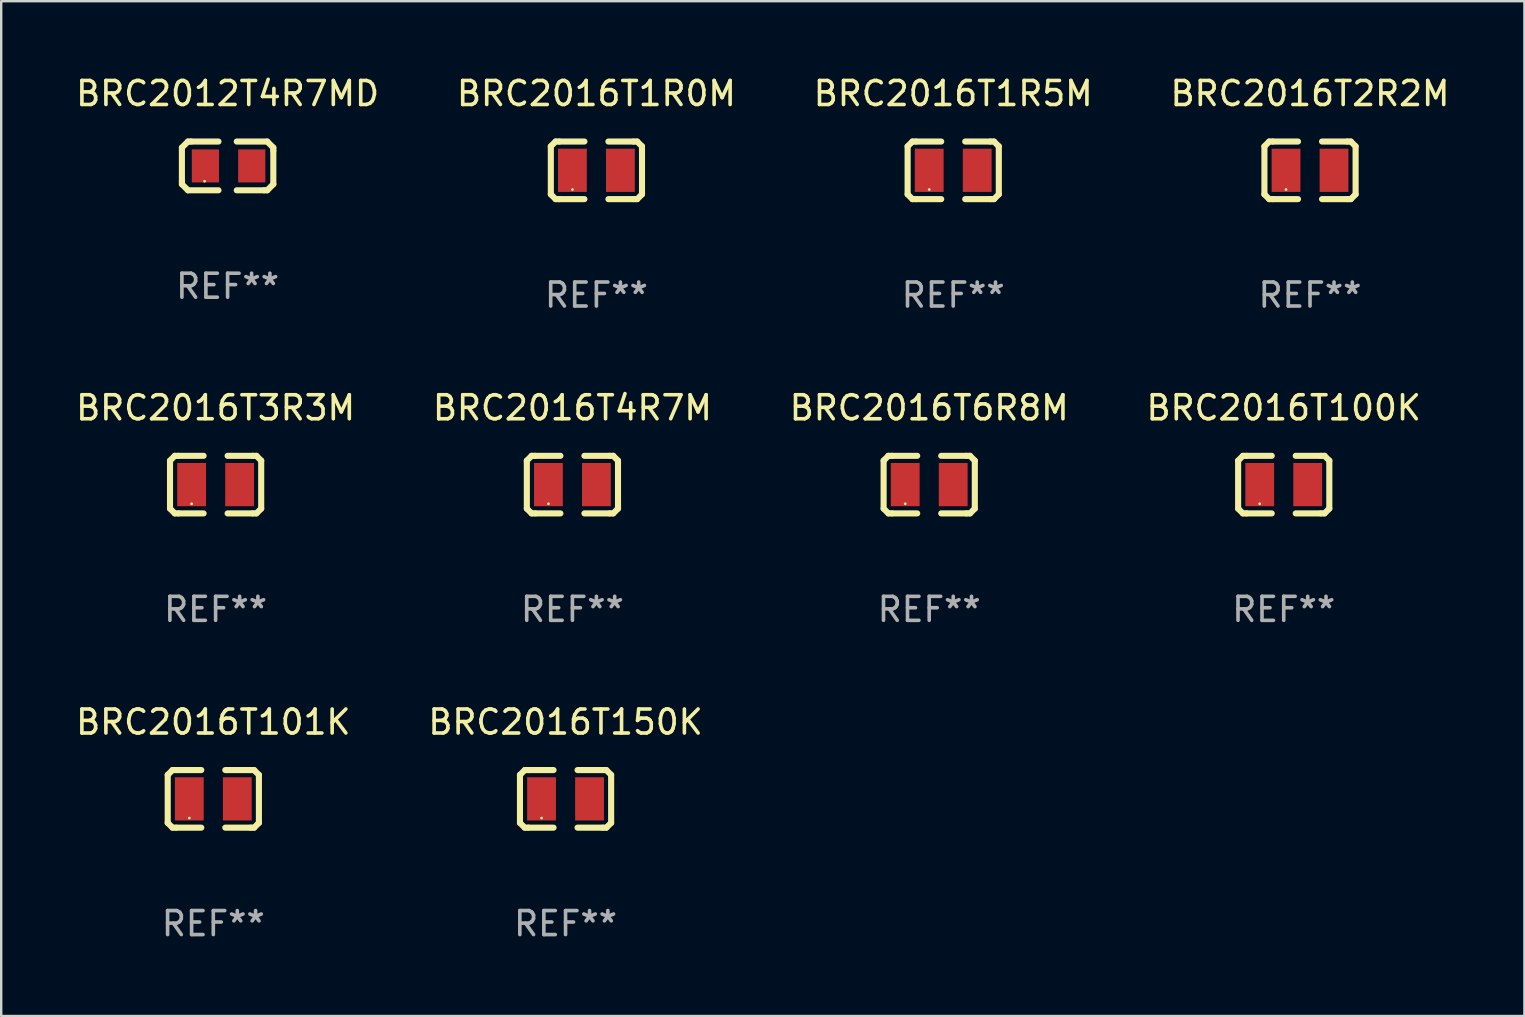
<source format=kicad_pcb>
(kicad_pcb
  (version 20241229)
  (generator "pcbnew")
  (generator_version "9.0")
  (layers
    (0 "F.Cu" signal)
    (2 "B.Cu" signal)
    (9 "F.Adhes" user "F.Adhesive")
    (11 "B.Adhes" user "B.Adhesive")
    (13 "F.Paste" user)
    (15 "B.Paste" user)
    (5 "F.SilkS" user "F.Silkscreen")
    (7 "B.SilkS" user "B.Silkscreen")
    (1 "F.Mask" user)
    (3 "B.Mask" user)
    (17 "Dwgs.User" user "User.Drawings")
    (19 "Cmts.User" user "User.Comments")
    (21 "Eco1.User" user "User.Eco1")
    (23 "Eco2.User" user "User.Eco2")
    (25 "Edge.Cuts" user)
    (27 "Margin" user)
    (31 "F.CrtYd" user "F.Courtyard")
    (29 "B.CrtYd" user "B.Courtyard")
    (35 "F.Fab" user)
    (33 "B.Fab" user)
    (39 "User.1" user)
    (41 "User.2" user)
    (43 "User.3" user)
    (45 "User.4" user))
  (footprint "BRC2016T150K"
    (layer "F.Cu")
    (at 20.518 30.241)
    (property "Reference" "BRC2016T150K" (at 0 -3.2 0) (layer "F.SilkS") (effects (font (size 1 1) (thickness 0.15))))
    (attr through_hole)
    (fp_line (start -1.9 -1) (end -1.9 1) (stroke (width 0.254) (type solid)) (layer "F.SilkS"))
    (fp_line (start -1.7 -1.2) (end -1.9 -1) (stroke (width 0.254) (type solid)) (layer "F.SilkS"))
    (fp_line (start -1.7 1.2) (end -1.9 1) (stroke (width 0.254) (type solid)) (layer "F.SilkS"))
    (fp_line (start -1.55 -1.2) (end -1.7 -1.2) (stroke (width 0.254) (type solid)) (layer "F.SilkS"))
    (fp_line (start -1.55 1.2) (end -1.7 1.2) (stroke (width 0.254) (type solid)) (layer "F.SilkS"))
    (fp_line (start -0.5 -1.2) (end -1.55 -1.2) (stroke (width 0.254) (type solid)) (layer "F.SilkS"))
    (fp_line (start -0.5 1.2) (end -1.55 1.2) (stroke (width 0.254) (type solid)) (layer "F.SilkS"))
    (fp_line (start 0.5 -1.2) (end 1.55 -1.2) (stroke (width 0.254) (type solid)) (layer "F.SilkS"))
    (fp_line (start 0.5 1.2) (end 1.55 1.2) (stroke (width 0.254) (type solid)) (layer "F.SilkS"))
    (fp_line (start 1.55 -1.2) (end 1.7 -1.2) (stroke (width 0.254) (type solid)) (layer "F.SilkS"))
    (fp_line (start 1.55 1.2) (end 1.7 1.2) (stroke (width 0.254) (type solid)) (layer "F.SilkS"))
    (fp_line (start 1.7 -1.2) (end 1.9 -1) (stroke (width 0.254) (type solid)) (layer "F.SilkS"))
    (fp_line (start 1.7 1.2) (end 1.9 1) (stroke (width 0.254) (type solid)) (layer "F.SilkS"))
    (fp_line (start 1.9 -1) (end 1.9 1) (stroke (width 0.254) (type solid)) (layer "F.SilkS"))
    (fp_circle (center -1 0.8) (end -0.97 0.8) (stroke (width 0.06) (type solid)) (fill no) (layer "F.SilkS"))
    (fp_text user "REF**" (at 0 5.2 0) (layer "F.Fab") (effects (font (size 1 1) (thickness 0.15))))
    (pad "1" smd rect (at -1 0) (size 1.2 1.8) (layers "F.Cu" "F.Mask" "F.Paste"))
    (pad "2" smd rect (at 1 0) (size 1.2 1.8) (layers "F.Cu" "F.Mask" "F.Paste")))
  (footprint "BRC2016T6R8M"
    (layer "F.Cu")
    (at 35.673 17.145)
    (property "Reference" "BRC2016T6R8M" (at 0 -3.2 0) (layer "F.SilkS") (effects (font (size 1 1) (thickness 0.15))))
    (attr through_hole)
    (fp_line (start -1.9 -1) (end -1.9 1) (stroke (width 0.254) (type solid)) (layer "F.SilkS"))
    (fp_line (start -1.7 -1.2) (end -1.9 -1) (stroke (width 0.254) (type solid)) (layer "F.SilkS"))
    (fp_line (start -1.7 1.2) (end -1.9 1) (stroke (width 0.254) (type solid)) (layer "F.SilkS"))
    (fp_line (start -1.55 -1.2) (end -1.7 -1.2) (stroke (width 0.254) (type solid)) (layer "F.SilkS"))
    (fp_line (start -1.55 1.2) (end -1.7 1.2) (stroke (width 0.254) (type solid)) (layer "F.SilkS"))
    (fp_line (start -0.5 -1.2) (end -1.55 -1.2) (stroke (width 0.254) (type solid)) (layer "F.SilkS"))
    (fp_line (start -0.5 1.2) (end -1.55 1.2) (stroke (width 0.254) (type solid)) (layer "F.SilkS"))
    (fp_line (start 0.5 -1.2) (end 1.55 -1.2) (stroke (width 0.254) (type solid)) (layer "F.SilkS"))
    (fp_line (start 0.5 1.2) (end 1.55 1.2) (stroke (width 0.254) (type solid)) (layer "F.SilkS"))
    (fp_line (start 1.55 -1.2) (end 1.7 -1.2) (stroke (width 0.254) (type solid)) (layer "F.SilkS"))
    (fp_line (start 1.55 1.2) (end 1.7 1.2) (stroke (width 0.254) (type solid)) (layer "F.SilkS"))
    (fp_line (start 1.7 -1.2) (end 1.9 -1) (stroke (width 0.254) (type solid)) (layer "F.SilkS"))
    (fp_line (start 1.7 1.2) (end 1.9 1) (stroke (width 0.254) (type solid)) (layer "F.SilkS"))
    (fp_line (start 1.9 -1) (end 1.9 1) (stroke (width 0.254) (type solid)) (layer "F.SilkS"))
    (fp_circle (center -1 0.8) (end -0.97 0.8) (stroke (width 0.06) (type solid)) (fill no) (layer "F.SilkS"))
    (fp_text user "REF**" (at 0 5.2 0) (layer "F.Fab") (effects (font (size 1 1) (thickness 0.15))))
    (pad "1" smd rect (at -1 0) (size 1.2 1.8) (layers "F.Cu" "F.Mask" "F.Paste"))
    (pad "2" smd rect (at 1 0) (size 1.2 1.8) (layers "F.Cu" "F.Mask" "F.Paste")))
  (footprint "BRC2016T1R5M"
    (layer "F.Cu")
    (at 36.673 4.048)
    (property "Reference" "BRC2016T1R5M" (at 0 -3.2 0) (layer "F.SilkS") (effects (font (size 1 1) (thickness 0.15))))
    (attr through_hole)
    (fp_line (start -1.9 -1) (end -1.9 1) (stroke (width 0.254) (type solid)) (layer "F.SilkS"))
    (fp_line (start -1.7 -1.2) (end -1.9 -1) (stroke (width 0.254) (type solid)) (layer "F.SilkS"))
    (fp_line (start -1.7 1.2) (end -1.9 1) (stroke (width 0.254) (type solid)) (layer "F.SilkS"))
    (fp_line (start -1.55 -1.2) (end -1.7 -1.2) (stroke (width 0.254) (type solid)) (layer "F.SilkS"))
    (fp_line (start -1.55 1.2) (end -1.7 1.2) (stroke (width 0.254) (type solid)) (layer "F.SilkS"))
    (fp_line (start -0.5 -1.2) (end -1.55 -1.2) (stroke (width 0.254) (type solid)) (layer "F.SilkS"))
    (fp_line (start -0.5 1.2) (end -1.55 1.2) (stroke (width 0.254) (type solid)) (layer "F.SilkS"))
    (fp_line (start 0.5 -1.2) (end 1.55 -1.2) (stroke (width 0.254) (type solid)) (layer "F.SilkS"))
    (fp_line (start 0.5 1.2) (end 1.55 1.2) (stroke (width 0.254) (type solid)) (layer "F.SilkS"))
    (fp_line (start 1.55 -1.2) (end 1.7 -1.2) (stroke (width 0.254) (type solid)) (layer "F.SilkS"))
    (fp_line (start 1.55 1.2) (end 1.7 1.2) (stroke (width 0.254) (type solid)) (layer "F.SilkS"))
    (fp_line (start 1.7 -1.2) (end 1.9 -1) (stroke (width 0.254) (type solid)) (layer "F.SilkS"))
    (fp_line (start 1.7 1.2) (end 1.9 1) (stroke (width 0.254) (type solid)) (layer "F.SilkS"))
    (fp_line (start 1.9 -1) (end 1.9 1) (stroke (width 0.254) (type solid)) (layer "F.SilkS"))
    (fp_circle (center -1 0.8) (end -0.97 0.8) (stroke (width 0.06) (type solid)) (fill no) (layer "F.SilkS"))
    (fp_text user "REF**" (at 0 5.2 0) (layer "F.Fab") (effects (font (size 1 1) (thickness 0.15))))
    (pad "1" smd rect (at -1 0) (size 1.2 1.8) (layers "F.Cu" "F.Mask" "F.Paste"))
    (pad "2" smd rect (at 1 0) (size 1.2 1.8) (layers "F.Cu" "F.Mask" "F.Paste")))
  (footprint "BRC2016T3R3M"
    (layer "F.Cu")
    (at 5.935 17.145)
    (property "Reference" "BRC2016T3R3M" (at 0 -3.2 0) (layer "F.SilkS") (effects (font (size 1 1) (thickness 0.15))))
    (attr through_hole)
    (fp_line (start -1.9 -1) (end -1.9 1) (stroke (width 0.254) (type solid)) (layer "F.SilkS"))
    (fp_line (start -1.7 -1.2) (end -1.9 -1) (stroke (width 0.254) (type solid)) (layer "F.SilkS"))
    (fp_line (start -1.7 1.2) (end -1.9 1) (stroke (width 0.254) (type solid)) (layer "F.SilkS"))
    (fp_line (start -1.55 -1.2) (end -1.7 -1.2) (stroke (width 0.254) (type solid)) (layer "F.SilkS"))
    (fp_line (start -1.55 1.2) (end -1.7 1.2) (stroke (width 0.254) (type solid)) (layer "F.SilkS"))
    (fp_line (start -0.5 -1.2) (end -1.55 -1.2) (stroke (width 0.254) (type solid)) (layer "F.SilkS"))
    (fp_line (start -0.5 1.2) (end -1.55 1.2) (stroke (width 0.254) (type solid)) (layer "F.SilkS"))
    (fp_line (start 0.5 -1.2) (end 1.55 -1.2) (stroke (width 0.254) (type solid)) (layer "F.SilkS"))
    (fp_line (start 0.5 1.2) (end 1.55 1.2) (stroke (width 0.254) (type solid)) (layer "F.SilkS"))
    (fp_line (start 1.55 -1.2) (end 1.7 -1.2) (stroke (width 0.254) (type solid)) (layer "F.SilkS"))
    (fp_line (start 1.55 1.2) (end 1.7 1.2) (stroke (width 0.254) (type solid)) (layer "F.SilkS"))
    (fp_line (start 1.7 -1.2) (end 1.9 -1) (stroke (width 0.254) (type solid)) (layer "F.SilkS"))
    (fp_line (start 1.7 1.2) (end 1.9 1) (stroke (width 0.254) (type solid)) (layer "F.SilkS"))
    (fp_line (start 1.9 -1) (end 1.9 1) (stroke (width 0.254) (type solid)) (layer "F.SilkS"))
    (fp_circle (center -1 0.8) (end -0.97 0.8) (stroke (width 0.06) (type solid)) (fill no) (layer "F.SilkS"))
    (fp_text user "REF**" (at 0 5.2 0) (layer "F.Fab") (effects (font (size 1 1) (thickness 0.15))))
    (pad "1" smd rect (at -1 0) (size 1.2 1.8) (layers "F.Cu" "F.Mask" "F.Paste"))
    (pad "2" smd rect (at 1 0) (size 1.2 1.8) (layers "F.Cu" "F.Mask" "F.Paste")))
  (footprint "BRC2016T4R7M"
    (layer "F.Cu")
    (at 20.804 17.145)
    (property "Reference" "BRC2016T4R7M" (at 0 -3.2 0) (layer "F.SilkS") (effects (font (size 1 1) (thickness 0.15))))
    (attr through_hole)
    (fp_line (start -1.9 -1) (end -1.9 1) (stroke (width 0.254) (type solid)) (layer "F.SilkS"))
    (fp_line (start -1.7 -1.2) (end -1.9 -1) (stroke (width 0.254) (type solid)) (layer "F.SilkS"))
    (fp_line (start -1.7 1.2) (end -1.9 1) (stroke (width 0.254) (type solid)) (layer "F.SilkS"))
    (fp_line (start -1.55 -1.2) (end -1.7 -1.2) (stroke (width 0.254) (type solid)) (layer "F.SilkS"))
    (fp_line (start -1.55 1.2) (end -1.7 1.2) (stroke (width 0.254) (type solid)) (layer "F.SilkS"))
    (fp_line (start -0.5 -1.2) (end -1.55 -1.2) (stroke (width 0.254) (type solid)) (layer "F.SilkS"))
    (fp_line (start -0.5 1.2) (end -1.55 1.2) (stroke (width 0.254) (type solid)) (layer "F.SilkS"))
    (fp_line (start 0.5 -1.2) (end 1.55 -1.2) (stroke (width 0.254) (type solid)) (layer "F.SilkS"))
    (fp_line (start 0.5 1.2) (end 1.55 1.2) (stroke (width 0.254) (type solid)) (layer "F.SilkS"))
    (fp_line (start 1.55 -1.2) (end 1.7 -1.2) (stroke (width 0.254) (type solid)) (layer "F.SilkS"))
    (fp_line (start 1.55 1.2) (end 1.7 1.2) (stroke (width 0.254) (type solid)) (layer "F.SilkS"))
    (fp_line (start 1.7 -1.2) (end 1.9 -1) (stroke (width 0.254) (type solid)) (layer "F.SilkS"))
    (fp_line (start 1.7 1.2) (end 1.9 1) (stroke (width 0.254) (type solid)) (layer "F.SilkS"))
    (fp_line (start 1.9 -1) (end 1.9 1) (stroke (width 0.254) (type solid)) (layer "F.SilkS"))
    (fp_circle (center -1 0.8) (end -0.97 0.8) (stroke (width 0.06) (type solid)) (fill no) (layer "F.SilkS"))
    (fp_text user "REF**" (at 0 5.2 0) (layer "F.Fab") (effects (font (size 1 1) (thickness 0.15))))
    (pad "1" smd rect (at -1 0) (size 1.2 1.8) (layers "F.Cu" "F.Mask" "F.Paste"))
    (pad "2" smd rect (at 1 0) (size 1.2 1.8) (layers "F.Cu" "F.Mask" "F.Paste")))
  (footprint "BRC2016T100K"
    (layer "F.Cu")
    (at 50.446 17.145)
    (property "Reference" "BRC2016T100K" (at 0 -3.2 0) (layer "F.SilkS") (effects (font (size 1 1) (thickness 0.15))))
    (attr through_hole)
    (fp_line (start -1.9 -1) (end -1.9 1) (stroke (width 0.254) (type solid)) (layer "F.SilkS"))
    (fp_line (start -1.7 -1.2) (end -1.9 -1) (stroke (width 0.254) (type solid)) (layer "F.SilkS"))
    (fp_line (start -1.7 1.2) (end -1.9 1) (stroke (width 0.254) (type solid)) (layer "F.SilkS"))
    (fp_line (start -1.55 -1.2) (end -1.7 -1.2) (stroke (width 0.254) (type solid)) (layer "F.SilkS"))
    (fp_line (start -1.55 1.2) (end -1.7 1.2) (stroke (width 0.254) (type solid)) (layer "F.SilkS"))
    (fp_line (start -0.5 -1.2) (end -1.55 -1.2) (stroke (width 0.254) (type solid)) (layer "F.SilkS"))
    (fp_line (start -0.5 1.2) (end -1.55 1.2) (stroke (width 0.254) (type solid)) (layer "F.SilkS"))
    (fp_line (start 0.5 -1.2) (end 1.55 -1.2) (stroke (width 0.254) (type solid)) (layer "F.SilkS"))
    (fp_line (start 0.5 1.2) (end 1.55 1.2) (stroke (width 0.254) (type solid)) (layer "F.SilkS"))
    (fp_line (start 1.55 -1.2) (end 1.7 -1.2) (stroke (width 0.254) (type solid)) (layer "F.SilkS"))
    (fp_line (start 1.55 1.2) (end 1.7 1.2) (stroke (width 0.254) (type solid)) (layer "F.SilkS"))
    (fp_line (start 1.7 -1.2) (end 1.9 -1) (stroke (width 0.254) (type solid)) (layer "F.SilkS"))
    (fp_line (start 1.7 1.2) (end 1.9 1) (stroke (width 0.254) (type solid)) (layer "F.SilkS"))
    (fp_line (start 1.9 -1) (end 1.9 1) (stroke (width 0.254) (type solid)) (layer "F.SilkS"))
    (fp_circle (center -1 0.8) (end -0.97 0.8) (stroke (width 0.06) (type solid)) (fill no) (layer "F.SilkS"))
    (fp_text user "REF**" (at 0 5.2 0) (layer "F.Fab") (effects (font (size 1 1) (thickness 0.15))))
    (pad "1" smd rect (at -1 0) (size 1.2 1.8) (layers "F.Cu" "F.Mask" "F.Paste"))
    (pad "2" smd rect (at 1 0) (size 1.2 1.8) (layers "F.Cu" "F.Mask" "F.Paste")))
  (footprint "BRC2016T2R2M"
    (layer "F.Cu")
    (at 51.542 4.048)
    (property "Reference" "BRC2016T2R2M" (at 0 -3.2 0) (layer "F.SilkS") (effects (font (size 1 1) (thickness 0.15))))
    (attr through_hole)
    (fp_line (start -1.9 -1) (end -1.9 1) (stroke (width 0.254) (type solid)) (layer "F.SilkS"))
    (fp_line (start -1.7 -1.2) (end -1.9 -1) (stroke (width 0.254) (type solid)) (layer "F.SilkS"))
    (fp_line (start -1.7 1.2) (end -1.9 1) (stroke (width 0.254) (type solid)) (layer "F.SilkS"))
    (fp_line (start -1.55 -1.2) (end -1.7 -1.2) (stroke (width 0.254) (type solid)) (layer "F.SilkS"))
    (fp_line (start -1.55 1.2) (end -1.7 1.2) (stroke (width 0.254) (type solid)) (layer "F.SilkS"))
    (fp_line (start -0.5 -1.2) (end -1.55 -1.2) (stroke (width 0.254) (type solid)) (layer "F.SilkS"))
    (fp_line (start -0.5 1.2) (end -1.55 1.2) (stroke (width 0.254) (type solid)) (layer "F.SilkS"))
    (fp_line (start 0.5 -1.2) (end 1.55 -1.2) (stroke (width 0.254) (type solid)) (layer "F.SilkS"))
    (fp_line (start 0.5 1.2) (end 1.55 1.2) (stroke (width 0.254) (type solid)) (layer "F.SilkS"))
    (fp_line (start 1.55 -1.2) (end 1.7 -1.2) (stroke (width 0.254) (type solid)) (layer "F.SilkS"))
    (fp_line (start 1.55 1.2) (end 1.7 1.2) (stroke (width 0.254) (type solid)) (layer "F.SilkS"))
    (fp_line (start 1.7 -1.2) (end 1.9 -1) (stroke (width 0.254) (type solid)) (layer "F.SilkS"))
    (fp_line (start 1.7 1.2) (end 1.9 1) (stroke (width 0.254) (type solid)) (layer "F.SilkS"))
    (fp_line (start 1.9 -1) (end 1.9 1) (stroke (width 0.254) (type solid)) (layer "F.SilkS"))
    (fp_circle (center -1 0.8) (end -0.97 0.8) (stroke (width 0.06) (type solid)) (fill no) (layer "F.SilkS"))
    (fp_text user "REF**" (at 0 5.2 0) (layer "F.Fab") (effects (font (size 1 1) (thickness 0.15))))
    (pad "1" smd rect (at -1 0) (size 1.2 1.8) (layers "F.Cu" "F.Mask" "F.Paste"))
    (pad "2" smd rect (at 1 0) (size 1.2 1.8) (layers "F.Cu" "F.Mask" "F.Paste")))
  (footprint "BRC2016T1R0M"
    (layer "F.Cu")
    (at 21.804 4.048)
    (property "Reference" "BRC2016T1R0M" (at 0 -3.2 0) (layer "F.SilkS") (effects (font (size 1 1) (thickness 0.15))))
    (attr through_hole)
    (fp_line (start -1.9 -1) (end -1.9 1) (stroke (width 0.254) (type solid)) (layer "F.SilkS"))
    (fp_line (start -1.7 -1.2) (end -1.9 -1) (stroke (width 0.254) (type solid)) (layer "F.SilkS"))
    (fp_line (start -1.7 1.2) (end -1.9 1) (stroke (width 0.254) (type solid)) (layer "F.SilkS"))
    (fp_line (start -1.55 -1.2) (end -1.7 -1.2) (stroke (width 0.254) (type solid)) (layer "F.SilkS"))
    (fp_line (start -1.55 1.2) (end -1.7 1.2) (stroke (width 0.254) (type solid)) (layer "F.SilkS"))
    (fp_line (start -0.5 -1.2) (end -1.55 -1.2) (stroke (width 0.254) (type solid)) (layer "F.SilkS"))
    (fp_line (start -0.5 1.2) (end -1.55 1.2) (stroke (width 0.254) (type solid)) (layer "F.SilkS"))
    (fp_line (start 0.5 -1.2) (end 1.55 -1.2) (stroke (width 0.254) (type solid)) (layer "F.SilkS"))
    (fp_line (start 0.5 1.2) (end 1.55 1.2) (stroke (width 0.254) (type solid)) (layer "F.SilkS"))
    (fp_line (start 1.55 -1.2) (end 1.7 -1.2) (stroke (width 0.254) (type solid)) (layer "F.SilkS"))
    (fp_line (start 1.55 1.2) (end 1.7 1.2) (stroke (width 0.254) (type solid)) (layer "F.SilkS"))
    (fp_line (start 1.7 -1.2) (end 1.9 -1) (stroke (width 0.254) (type solid)) (layer "F.SilkS"))
    (fp_line (start 1.7 1.2) (end 1.9 1) (stroke (width 0.254) (type solid)) (layer "F.SilkS"))
    (fp_line (start 1.9 -1) (end 1.9 1) (stroke (width 0.254) (type solid)) (layer "F.SilkS"))
    (fp_circle (center -1 0.8) (end -0.97 0.8) (stroke (width 0.06) (type solid)) (fill no) (layer "F.SilkS"))
    (fp_text user "REF**" (at 0 5.2 0) (layer "F.Fab") (effects (font (size 1 1) (thickness 0.15))))
    (pad "1" smd rect (at -1 0) (size 1.2 1.8) (layers "F.Cu" "F.Mask" "F.Paste"))
    (pad "2" smd rect (at 1 0) (size 1.2 1.8) (layers "F.Cu" "F.Mask" "F.Paste")))
  (footprint "BRC2016T101K"
    (layer "F.Cu")
    (at 5.839 30.241)
    (property "Reference" "BRC2016T101K" (at 0 -3.2 0) (layer "F.SilkS") (effects (font (size 1 1) (thickness 0.15))))
    (attr through_hole)
    (fp_line (start -1.9 -1) (end -1.9 1) (stroke (width 0.254) (type solid)) (layer "F.SilkS"))
    (fp_line (start -1.7 -1.2) (end -1.9 -1) (stroke (width 0.254) (type solid)) (layer "F.SilkS"))
    (fp_line (start -1.7 1.2) (end -1.9 1) (stroke (width 0.254) (type solid)) (layer "F.SilkS"))
    (fp_line (start -1.55 -1.2) (end -1.7 -1.2) (stroke (width 0.254) (type solid)) (layer "F.SilkS"))
    (fp_line (start -1.55 1.2) (end -1.7 1.2) (stroke (width 0.254) (type solid)) (layer "F.SilkS"))
    (fp_line (start -0.5 -1.2) (end -1.55 -1.2) (stroke (width 0.254) (type solid)) (layer "F.SilkS"))
    (fp_line (start -0.5 1.2) (end -1.55 1.2) (stroke (width 0.254) (type solid)) (layer "F.SilkS"))
    (fp_line (start 0.5 -1.2) (end 1.55 -1.2) (stroke (width 0.254) (type solid)) (layer "F.SilkS"))
    (fp_line (start 0.5 1.2) (end 1.55 1.2) (stroke (width 0.254) (type solid)) (layer "F.SilkS"))
    (fp_line (start 1.55 -1.2) (end 1.7 -1.2) (stroke (width 0.254) (type solid)) (layer "F.SilkS"))
    (fp_line (start 1.55 1.2) (end 1.7 1.2) (stroke (width 0.254) (type solid)) (layer "F.SilkS"))
    (fp_line (start 1.7 -1.2) (end 1.9 -1) (stroke (width 0.254) (type solid)) (layer "F.SilkS"))
    (fp_line (start 1.7 1.2) (end 1.9 1) (stroke (width 0.254) (type solid)) (layer "F.SilkS"))
    (fp_line (start 1.9 -1) (end 1.9 1) (stroke (width 0.254) (type solid)) (layer "F.SilkS"))
    (fp_circle (center -1 0.8) (end -0.97 0.8) (stroke (width 0.06) (type solid)) (fill no) (layer "F.SilkS"))
    (fp_text user "REF**" (at 0 5.2 0) (layer "F.Fab") (effects (font (size 1 1) (thickness 0.15))))
    (pad "1" smd rect (at -1 0) (size 1.2 1.8) (layers "F.Cu" "F.Mask" "F.Paste"))
    (pad "2" smd rect (at 1 0) (size 1.2 1.8) (layers "F.Cu" "F.Mask" "F.Paste")))
  (footprint "BRC2012T4R7MD"
    (layer "F.Cu")
    (at 6.435 3.864)
    (property "Reference" "BRC2012T4R7MD" (at 0 -3.016 0) (layer "F.SilkS") (effects (font (size 1 1) (thickness 0.15))))
    (attr through_hole)
    (fp_line (start -1.905 -0.762) (end -1.905 0.635) (stroke (width 0.254) (type solid)) (layer "F.SilkS"))
    (fp_line (start -1.905 0.635) (end -1.905 0.762) (stroke (width 0.254) (type solid)) (layer "F.SilkS"))
    (fp_line (start -1.905 0.762) (end -1.651 1.016) (stroke (width 0.254) (type solid)) (layer "F.SilkS"))
    (fp_line (start -1.651 -1.016) (end -1.905 -0.762) (stroke (width 0.254) (type solid)) (layer "F.SilkS"))
    (fp_line (start -1.651 1.016) (end -0.381 1.016) (stroke (width 0.254) (type solid)) (layer "F.SilkS"))
    (fp_line (start -1.524 -1.016) (end -1.651 -1.016) (stroke (width 0.254) (type solid)) (layer "F.SilkS"))
    (fp_line (start -0.381 -1.016) (end -1.524 -1.016) (stroke (width 0.254) (type solid)) (layer "F.SilkS"))
    (fp_line (start 0.381 1.016) (end 1.524 1.016) (stroke (width 0.254) (type solid)) (layer "F.SilkS"))
    (fp_line (start 1.524 1.016) (end 1.651 1.016) (stroke (width 0.254) (type solid)) (layer "F.SilkS"))
    (fp_line (start 1.651 -1.016) (end 0.381 -1.016) (stroke (width 0.254) (type solid)) (layer "F.SilkS"))
    (fp_line (start 1.651 1.016) (end 1.905 0.762) (stroke (width 0.254) (type solid)) (layer "F.SilkS"))
    (fp_line (start 1.905 -0.762) (end 1.651 -1.016) (stroke (width 0.254) (type solid)) (layer "F.SilkS"))
    (fp_line (start 1.905 -0.635) (end 1.905 -0.762) (stroke (width 0.254) (type solid)) (layer "F.SilkS"))
    (fp_line (start 1.905 0.762) (end 1.905 -0.635) (stroke (width 0.254) (type solid)) (layer "F.SilkS"))
    (fp_circle (center -0.96 0.637) (end -0.93 0.637) (stroke (width 0.06) (type solid)) (fill no) (layer "F.SilkS"))
    (fp_text user "REF**" (at 0 5.016 0) (layer "F.Fab") (effects (font (size 1 1) (thickness 0.15))))
    (pad "1" smd rect (at -0.926 -0.000051) (size 1.133 1.377) (layers "F.Cu" "F.Mask" "F.Paste"))
    (pad "2" smd rect (at 1.006 -0.000051) (size 1.133 1.377) (layers "F.Cu" "F.Mask" "F.Paste")))
  (gr_rect
    (start -3 -3)
    (end 60.476 39.289)
    (stroke (width 0.1) (type default))
    (fill no)
    (layer "Edge.Cuts")))
</source>
